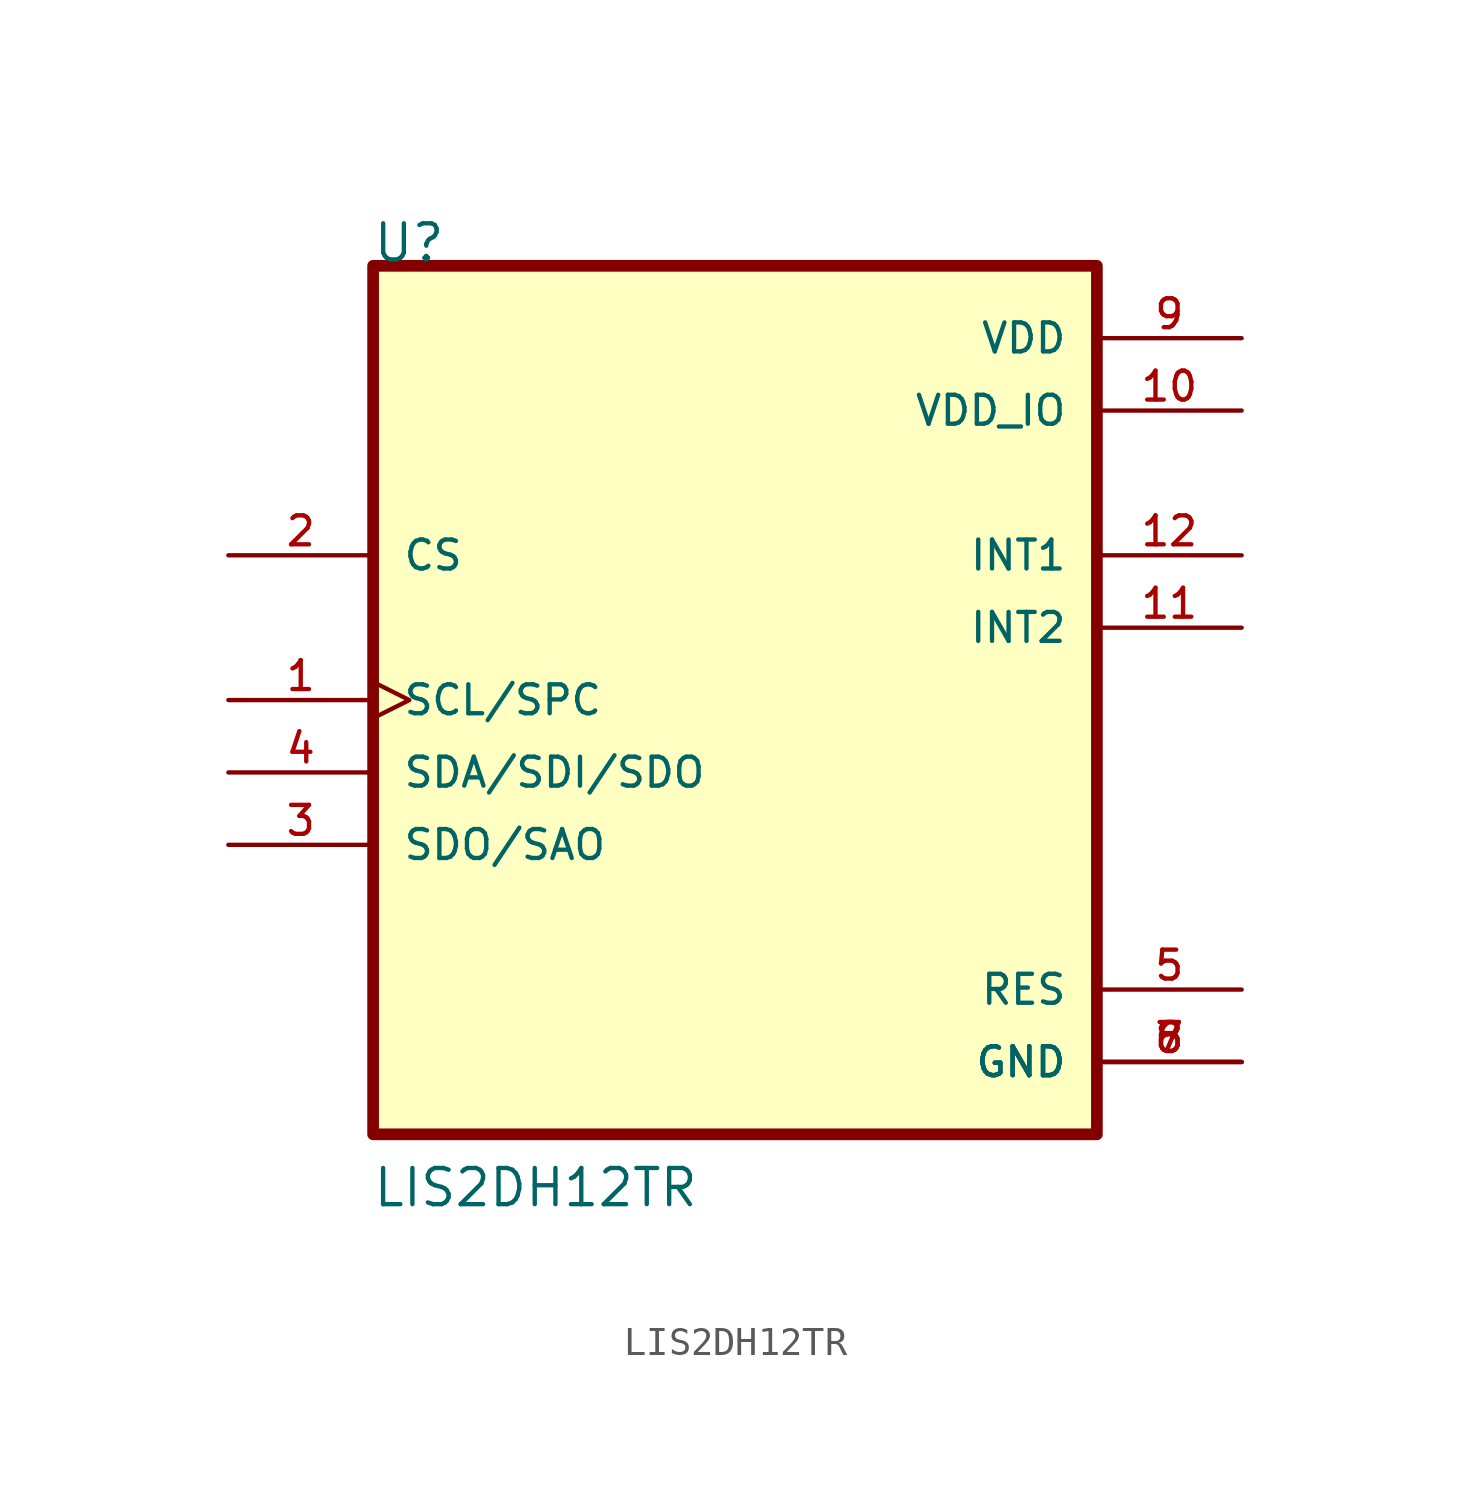
<source format=kicad_sym>
(kicad_symbol_lib
  (version 20211014)
  (generator kicad_symbol_editor)
  (symbol "LIS2DH12TR"
    (pin_names
      (offset 1.016))
    (property "Reference" "U"
      (at -12.749 15.299 0.0)
      (effects (font (size 1.27 1.27)) (justify bottom left)))
    (property "Value" "LIS2DH12TR"
      (at -12.752 -17.854 0.0)
      (effects (font (size 1.27 1.27)) (justify bottom left)))
    (symbol "LIS2DH12TR_0_0"
      (rectangle (start -12.7 -15.24) (end 12.7 15.24) (stroke (width 0.41)) (fill (type background)))
      (pin input line (at -17.78 5.08 0) (length 5.08) (name "CS" (effects (font (size 1.016 1.016)))) (number "2" (effects (font (size 1.016 1.016)))))
      (pin output line (at 17.78 5.08 180.0) (length 5.08) (name "INT1" (effects (font (size 1.016 1.016)))) (number "12" (effects (font (size 1.016 1.016)))))
      (pin output line (at 17.78 2.54 180.0) (length 5.08) (name "INT2" (effects (font (size 1.016 1.016)))) (number "11" (effects (font (size 1.016 1.016)))))
      (pin power_in line (at 17.78 -10.16 180.0) (length 5.08) (name "RES" (effects (font (size 1.016 1.016)))) (number "5" (effects (font (size 1.016 1.016)))))
      (pin bidirectional clock (at -17.78 0.0 0) (length 5.08) (name "SCL/SPC" (effects (font (size 1.016 1.016)))) (number "1" (effects (font (size 1.016 1.016)))))
      (pin bidirectional line (at -17.78 -2.54 0) (length 5.08) (name "SDA/SDI/SDO" (effects (font (size 1.016 1.016)))) (number "4" (effects (font (size 1.016 1.016)))))
      (pin bidirectional line (at -17.78 -5.08 0) (length 5.08) (name "SDO/SAO" (effects (font (size 1.016 1.016)))) (number "3" (effects (font (size 1.016 1.016)))))
      (pin power_in line (at 17.78 -12.7 180.0) (length 5.08) (name "GND" (effects (font (size 1.016 1.016)))) (number "6" (effects (font (size 1.016 1.016)))))
      (pin power_in line (at 17.78 -12.7 180.0) (length 5.08) (name "GND" (effects (font (size 1.016 1.016)))) (number "7" (effects (font (size 1.016 1.016)))))
      (pin power_in line (at 17.78 -12.7 180.0) (length 5.08) (name "GND" (effects (font (size 1.016 1.016)))) (number "8" (effects (font (size 1.016 1.016)))))
      (pin power_in line (at 17.78 12.7 180.0) (length 5.08) (name "VDD" (effects (font (size 1.016 1.016)))) (number "9" (effects (font (size 1.016 1.016)))))
      (pin power_in line (at 17.78 10.16 180.0) (length 5.08) (name "VDD_IO" (effects (font (size 1.016 1.016)))) (number "10" (effects (font (size 1.016 1.016))))))))
</source>
